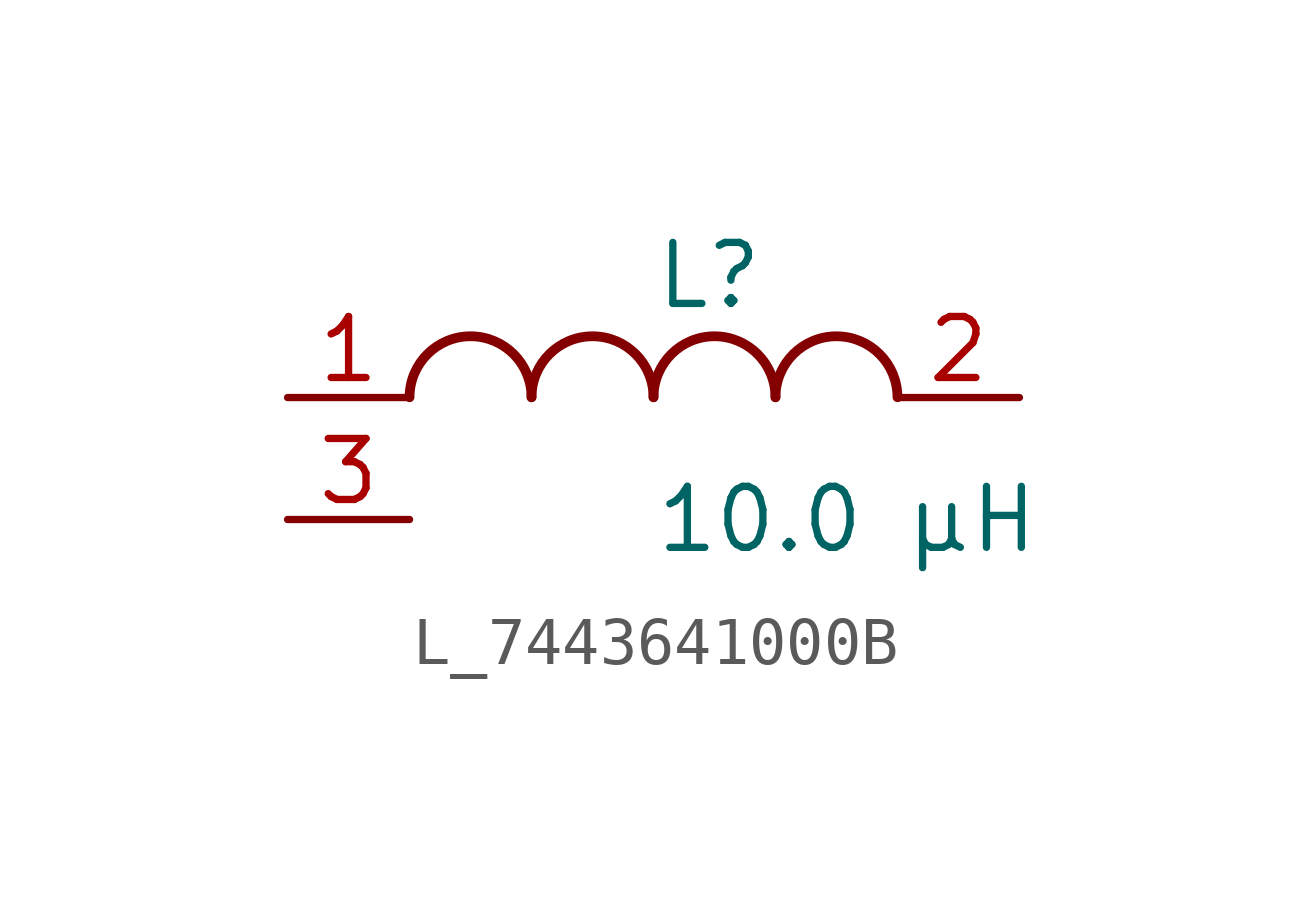
<source format=kicad_sym>
(kicad_symbol_lib
  (version 20231120)
  (generator kicad_symbol_editor)
  (generator_version 8.0)
  (symbol "L_7443641000B"
    (pin_names
      (offset 0.254))
    (property "Reference" "L"
      (at 0 2.54 0)
      (effects (font (size 1.27 1.27)) (justify left)))
    (property "Value" "10.0 µH"
      (at 0 -2.54 0)
      (effects (font (size 1.27 1.27)) (justify left)))
    (symbol "L_7443641000B_1_1"
      (arc (start -2.54 0.0056) (mid -3.81 1.27) (end -5.08 0.0056) (stroke (width 0.2032) (type default)) (fill (type none)))
      (arc (start 0 0.0056) (mid -1.27 1.27) (end -2.54 0.0056) (stroke (width 0.2032) (type default)) (fill (type none)))
      (arc (start 2.54 0.0056) (mid 1.27 1.27) (end 0 0.0056) (stroke (width 0.2032) (type default)) (fill (type none)))
      (arc (start 5.08 0.0056) (mid 3.81 1.27) (end 2.54 0.0056) (stroke (width 0.2032) (type default)) (fill (type none)))
      (pin unspecified line (at -7.62 0 0) (length 2.54) (name "" (effects (font (size 1.27 1.27)))) (number "1" (effects (font (size 1.27 1.27)))))
      (pin unspecified line (at 7.62 0 180) (length 2.54) (name "" (effects (font (size 1.27 1.27)))) (number "2" (effects (font (size 1.27 1.27)))))
      (pin passive line (at -7.62 -2.54 0) (length 2.54) (name "" (effects (font (size 1.27 1.27)))) (number "3" (effects (font (size 1.27 1.27))))))))
</source>
